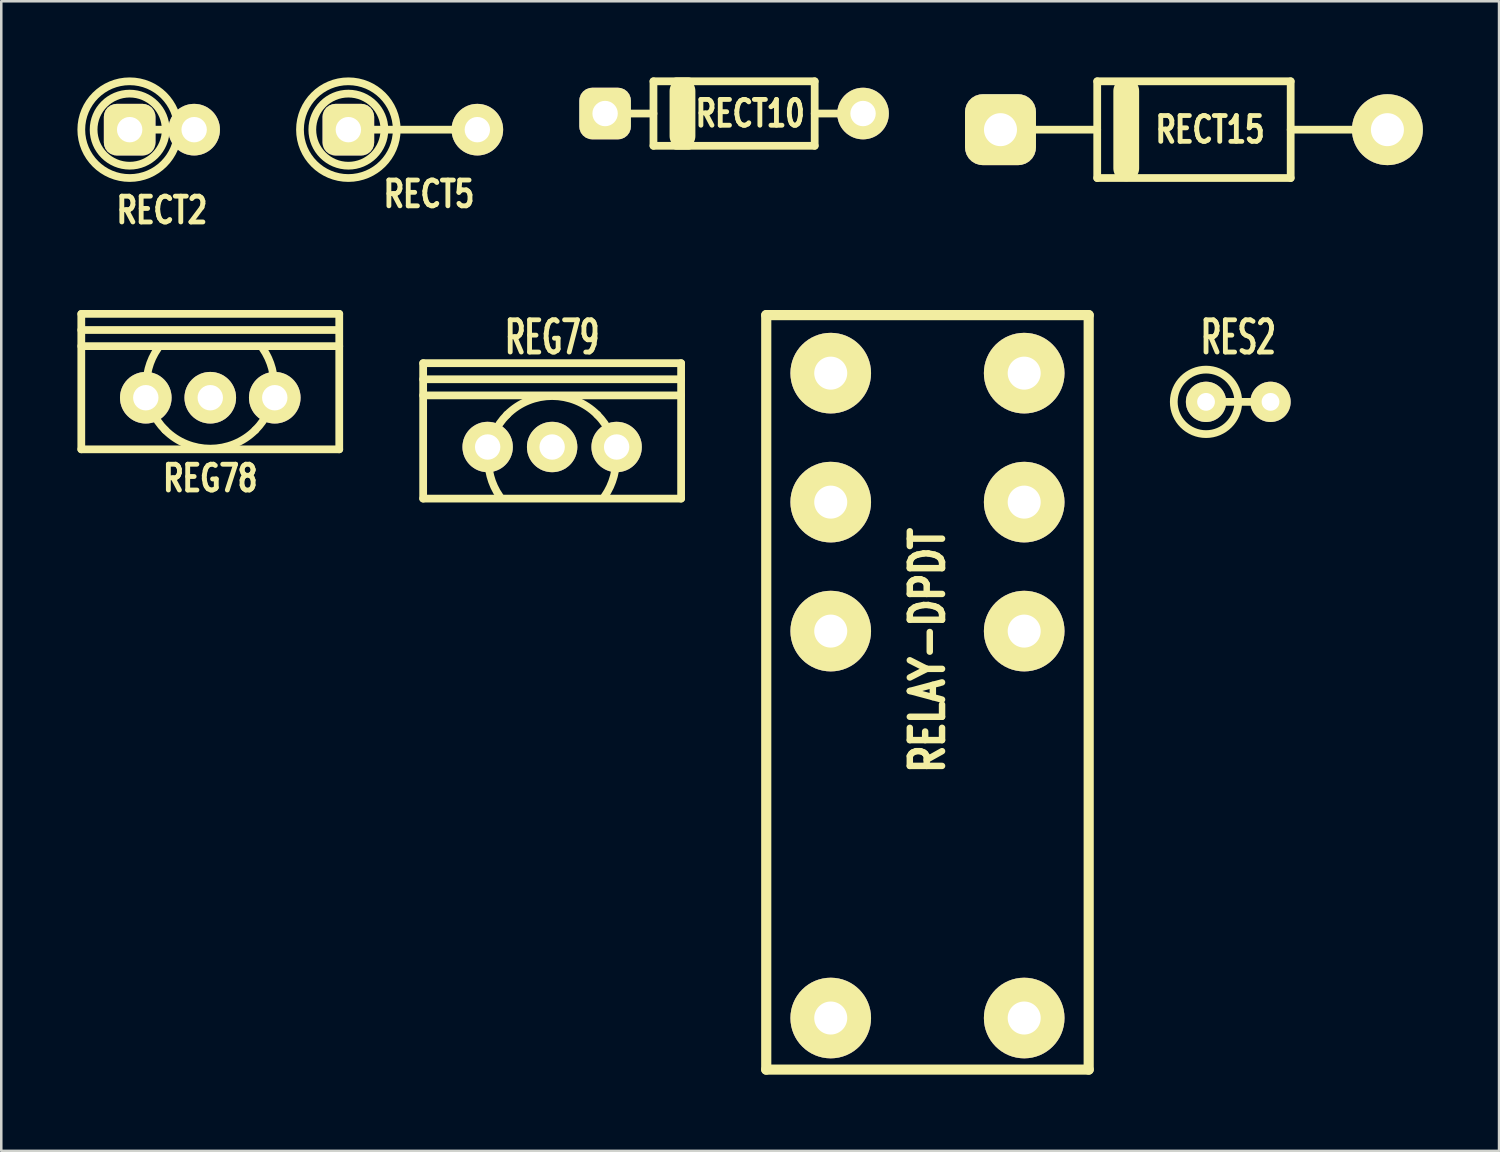
<source format=kicad_pcb>
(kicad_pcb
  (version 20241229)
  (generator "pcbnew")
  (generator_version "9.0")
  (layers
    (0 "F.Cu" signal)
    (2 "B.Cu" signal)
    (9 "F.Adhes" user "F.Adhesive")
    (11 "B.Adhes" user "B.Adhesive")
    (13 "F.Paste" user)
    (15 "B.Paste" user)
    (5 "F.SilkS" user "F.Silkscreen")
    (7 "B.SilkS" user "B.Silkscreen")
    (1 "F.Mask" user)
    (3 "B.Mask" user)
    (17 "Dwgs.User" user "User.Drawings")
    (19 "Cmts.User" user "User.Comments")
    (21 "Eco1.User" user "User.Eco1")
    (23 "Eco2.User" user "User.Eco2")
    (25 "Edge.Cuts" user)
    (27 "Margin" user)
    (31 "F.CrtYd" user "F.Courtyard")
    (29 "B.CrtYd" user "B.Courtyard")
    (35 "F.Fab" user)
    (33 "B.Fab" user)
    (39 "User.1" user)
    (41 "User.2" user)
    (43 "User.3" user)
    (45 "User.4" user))
  (footprint "REG78"
    (layer "F.Cu")
    (at 5.232 12.615)
    (property "Reference" "REG78" (at 0 3.175 0) (layer "F.SilkS") (effects (font (size 1.016 0.762) (thickness 0.191))))
    (attr through_hole)
    (fp_line (start -5.08 -3.302) (end -5.08 2.032) (stroke (width 0.305) (type solid)) (layer "F.SilkS"))
    (fp_line (start -5.08 -3.302) (end 5.08 -3.302) (stroke (width 0.305) (type solid)) (layer "F.SilkS"))
    (fp_line (start -5.08 -2.667) (end 4.953 -2.667) (stroke (width 0.305) (type solid)) (layer "F.SilkS"))
    (fp_line (start -5.08 -2.032) (end 5.08 -2.032) (stroke (width 0.305) (type solid)) (layer "F.SilkS"))
    (fp_line (start -5.08 2.032) (end 5.08 2.032) (stroke (width 0.305) (type solid)) (layer "F.SilkS"))
    (fp_line (start 5.08 -3.302) (end 5.08 2.032) (stroke (width 0.305) (type solid)) (layer "F.SilkS"))
    (fp_arc (start -1.778 1.27) (mid -2.504903 -0.288849) (end -2.059735 -1.950242) (stroke (width 0.3048) (type solid)) (layer "F.SilkS"))
    (fp_arc (start 1.778 1.27) (mid 0 2.006472) (end -1.778 1.27) (stroke (width 0.3048) (type solid)) (layer "F.SilkS"))
    (fp_arc (start 2.059735 -1.950242) (mid 2.504904 -0.288849) (end 1.778 1.27) (stroke (width 0.3048) (type solid)) (layer "F.SilkS"))
    (pad "1" thru_hole circle (at -2.54 0) (size 2.032 2.032) (drill 1) (layers "*.Cu" "*.Mask" "F.SilkS"))
    (pad "2" thru_hole circle (at 0 0) (size 2.032 2.032) (drill 1) (layers "*.Cu" "*.Mask" "F.SilkS"))
    (pad "3" thru_hole circle (at 2.54 0) (size 2.032 2.032) (drill 1) (layers "*.Cu" "*.Mask" "F.SilkS")))
  (footprint "REG79"
    (layer "F.Cu")
    (at 18.697 14.556)
    (property "Reference" "REG79" (at 0 -4.318 0) (layer "F.SilkS") (effects (font (size 1.27 0.762) (thickness 0.191))))
    (attr through_hole)
    (fp_line (start -5.08 -3.302) (end -5.08 2.032) (stroke (width 0.305) (type solid)) (layer "F.SilkS"))
    (fp_line (start -5.08 -3.302) (end 5.08 -3.302) (stroke (width 0.305) (type solid)) (layer "F.SilkS"))
    (fp_line (start -5.08 -2.667) (end 5.08 -2.667) (stroke (width 0.305) (type solid)) (layer "F.SilkS"))
    (fp_line (start -5.08 -2.032) (end 5.08 -2.032) (stroke (width 0.305) (type solid)) (layer "F.SilkS"))
    (fp_line (start -5.08 2.032) (end 5.08 2.032) (stroke (width 0.305) (type solid)) (layer "F.SilkS"))
    (fp_line (start 5.08 -3.302) (end 5.08 2.032) (stroke (width 0.305) (type solid)) (layer "F.SilkS"))
    (fp_arc (start -2.059735 1.950242) (mid -2.504904 0.288849) (end -1.778 -1.27) (stroke (width 0.3048) (type solid)) (layer "F.SilkS"))
    (fp_arc (start -1.778 -1.27) (mid 0 -2.006472) (end 1.778 -1.27) (stroke (width 0.3048) (type solid)) (layer "F.SilkS"))
    (fp_arc (start 1.778 -1.27) (mid 2.504903 0.288849) (end 2.059735 1.950242) (stroke (width 0.3048) (type solid)) (layer "F.SilkS"))
    (pad "1" thru_hole circle (at -2.54 0) (size 1.984 1.984) (drill 1) (layers "*.Cu" "*.Mask" "F.SilkS"))
    (pad "2" thru_hole circle (at 0 0) (size 1.984 1.984) (drill 1) (layers "*.Cu" "*.Mask" "F.SilkS"))
    (pad "3" thru_hole circle (at 2.54 0) (size 1.984 1.984) (drill 1) (layers "*.Cu" "*.Mask" "F.SilkS")))
  (footprint "RES2"
    (layer "F.Cu")
    (at 45.722 12.778)
    (property "Reference" "RES2" (at 0 -2.54 0) (layer "F.SilkS") (effects (font (size 1.27 0.762) (thickness 0.191))))
    (attr through_hole)
    (fp_line (start -1.27 0) (end 1.27 0) (stroke (width 0.305) (type solid)) (layer "F.SilkS"))
    (fp_circle (center -1.27 0) (end -2.54 0) (stroke (width 0.305) (type solid)) (fill no) (layer "F.SilkS"))
    (pad "1" thru_hole circle (at -1.27 0) (size 1.587 1.587) (drill 0.7) (layers "*.Cu" "*.Mask" "F.SilkS"))
    (pad "2" thru_hole circle (at 1.27 0) (size 1.587 1.587) (drill 0.7) (layers "*.Cu" "*.Mask" "F.SilkS")))
  (footprint "RECT15"
    (layer "F.Cu")
    (at 43.976 2.057)
    (property "Reference" "RECT15" (at 0.635 0 0) (layer "F.SilkS") (effects (font (size 1.016 0.762) (thickness 0.191))))
    (attr through_hole)
    (fp_line (start -7.62 0) (end -3.81 0) (stroke (width 0.305) (type solid)) (layer "F.SilkS"))
    (fp_line (start -3.81 -1.905) (end 3.81 -1.905) (stroke (width 0.305) (type solid)) (layer "F.SilkS"))
    (fp_line (start -3.81 1.905) (end -3.81 -1.905) (stroke (width 0.305) (type solid)) (layer "F.SilkS"))
    (fp_line (start -3.81 1.905) (end 3.81 1.905) (stroke (width 0.305) (type solid)) (layer "F.SilkS"))
    (fp_line (start -2.667 -1.524) (end -2.667 1.524) (stroke (width 1.016) (type solid)) (layer "F.SilkS"))
    (fp_line (start 3.81 -1.905) (end 3.81 1.905) (stroke (width 0.305) (type solid)) (layer "F.SilkS"))
    (fp_line (start 3.81 0) (end 7.62 0) (stroke (width 0.305) (type solid)) (layer "F.SilkS"))
    (pad "a" thru_hole circle (at 7.62 0) (size 2.794 2.794) (drill 1.3) (layers "*.Cu" "*.Mask" "F.SilkS"))
    (pad "k" thru_hole roundrect (at -7.62 0) (size 2.794 2.794) (drill 1.3) (layers "*.Cu" "*.Mask" "F.SilkS") (roundrect_rratio 0.25)))
  (footprint "RECT5"
    (layer "F.Cu")
    (at 13.211 2.057)
    (property "Reference" "RECT5" (at 0.635 2.54 0) (layer "F.SilkS") (effects (font (size 1.016 0.762) (thickness 0.191))))
    (attr through_hole)
    (fp_line (start -2.54 0) (end 2.54 0) (stroke (width 0.305) (type solid)) (layer "F.SilkS"))
    (fp_circle (center -2.54 0) (end -1.27 0.635) (stroke (width 0.305) (type solid)) (fill no) (layer "F.SilkS"))
    (fp_circle (center -2.54 0) (end -0.744 0.635) (stroke (width 0.305) (type solid)) (fill no) (layer "F.SilkS"))
    (pad "a" thru_hole circle (at 2.54 0) (size 2.032 2.032) (drill 1) (layers "*.Cu" "*.Mask" "F.SilkS"))
    (pad "k" thru_hole roundrect (at -2.54 0) (size 2.032 2.032) (drill 1) (layers "*.Cu" "*.Mask" "F.SilkS") (roundrect_rratio 0.25)))
  (footprint "RELAY-DPDT"
    (layer "F.Cu")
    (at 33.48 37.047)
    (property "Reference" "RELAY-DPDT" (at 0 -14.478 90) (layer "F.SilkS") (effects (font (size 1.27 1.016) (thickness 0.254))))
    (attr through_hole)
    (fp_line (start -6.35 -27.686) (end 6.35 -27.686) (stroke (width 0.4) (type solid)) (layer "F.SilkS"))
    (fp_line (start -6.35 2.032) (end -6.35 -27.686) (stroke (width 0.4) (type solid)) (layer "F.SilkS"))
    (fp_line (start -6.35 2.032) (end 6.35 2.032) (stroke (width 0.4) (type solid)) (layer "F.SilkS"))
    (fp_line (start 6.35 2.032) (end 6.35 -27.686) (stroke (width 0.4) (type solid)) (layer "F.SilkS"))
    (pad "1" thru_hole circle (at 3.81 -20.32) (size 3.175 3.175) (drill 1.3) (layers "*.Cu" "*.Mask" "F.SilkS"))
    (pad "2" thru_hole circle (at 3.81 -25.4) (size 3.175 3.175) (drill 1.3) (layers "*.Cu" "*.Mask" "F.SilkS"))
    (pad "3" thru_hole circle (at 3.81 -15.24) (size 3.175 3.175) (drill 1.3) (layers "*.Cu" "*.Mask" "F.SilkS"))
    (pad "4" thru_hole circle (at -3.81 -20.32) (size 3.175 3.175) (drill 1.3) (layers "*.Cu" "*.Mask" "F.SilkS"))
    (pad "5" thru_hole circle (at -3.81 -25.4) (size 3.175 3.175) (drill 1.3) (layers "*.Cu" "*.Mask" "F.SilkS"))
    (pad "6" thru_hole circle (at -3.81 -15.24) (size 3.175 3.175) (drill 1.3) (layers "*.Cu" "*.Mask" "F.SilkS"))
    (pad "L1" thru_hole circle (at 3.81 0) (size 3.175 3.175) (drill 1.3) (layers "*.Cu" "*.Mask" "F.SilkS"))
    (pad "L2" thru_hole circle (at -3.81 0) (size 3.175 3.175) (drill 1.3) (layers "*.Cu" "*.Mask" "F.SilkS")))
  (footprint "RECT2"
    (layer "F.Cu")
    (at 3.327 2.057)
    (property "Reference" "RECT2" (at 0 3.175 0) (layer "F.SilkS") (effects (font (size 1.016 0.762) (thickness 0.191))))
    (attr through_hole)
    (fp_line (start -1.27 0) (end 1.27 0) (stroke (width 0.305) (type solid)) (layer "F.SilkS"))
    (fp_circle (center -1.27 0) (end 0 0.635) (stroke (width 0.305) (type solid)) (fill no) (layer "F.SilkS"))
    (fp_circle (center -1.27 0) (end 0.526 0.635) (stroke (width 0.305) (type solid)) (fill no) (layer "F.SilkS"))
    (pad "a" thru_hole circle (at 1.27 0) (size 2.032 2.032) (drill 1) (layers "*.Cu" "*.Mask" "F.SilkS"))
    (pad "k" thru_hole roundrect (at -1.27 0) (size 2.032 2.032) (drill 1) (layers "*.Cu" "*.Mask" "F.SilkS") (roundrect_rratio 0.25)))
  (footprint "RECT10"
    (layer "F.Cu")
    (at 25.863 1.422)
    (property "Reference" "RECT10" (at 0.635 0 0) (layer "F.SilkS") (effects (font (size 1.016 0.762) (thickness 0.191))))
    (attr through_hole)
    (fp_line (start -3.175 -1.27) (end 3.175 -1.27) (stroke (width 0.305) (type solid)) (layer "F.SilkS"))
    (fp_line (start -3.175 0) (end -5.08 0) (stroke (width 0.305) (type solid)) (layer "F.SilkS"))
    (fp_line (start -3.175 1.27) (end -3.175 -1.27) (stroke (width 0.305) (type solid)) (layer "F.SilkS"))
    (fp_line (start -2.286 -1.27) (end -1.778 -1.27) (stroke (width 0.305) (type solid)) (layer "F.SilkS"))
    (fp_line (start -2.032 -0.889) (end -2.032 0.889) (stroke (width 1.016) (type solid)) (layer "F.SilkS"))
    (fp_line (start -1.778 1.27) (end -2.286 1.27) (stroke (width 0.305) (type solid)) (layer "F.SilkS"))
    (fp_line (start 3.175 -1.27) (end 3.175 1.27) (stroke (width 0.305) (type solid)) (layer "F.SilkS"))
    (fp_line (start 3.175 0) (end 5.08 0) (stroke (width 0.305) (type solid)) (layer "F.SilkS"))
    (fp_line (start 3.175 1.27) (end -3.175 1.27) (stroke (width 0.305) (type solid)) (layer "F.SilkS"))
    (pad "a" thru_hole circle (at 5.08 0) (size 2.032 2.032) (drill 1) (layers "*.Cu" "*.Mask" "F.SilkS"))
    (pad "k" thru_hole roundrect (at -5.08 0) (size 2.032 2.032) (drill 1) (layers "*.Cu" "*.Mask" "F.SilkS") (roundrect_rratio 0.25)))
  (gr_rect
    (start -3 -3)
    (end 55.993 42.279)
    (stroke (width 0.1) (type default))
    (fill no)
    (layer "Edge.Cuts")))
</source>
